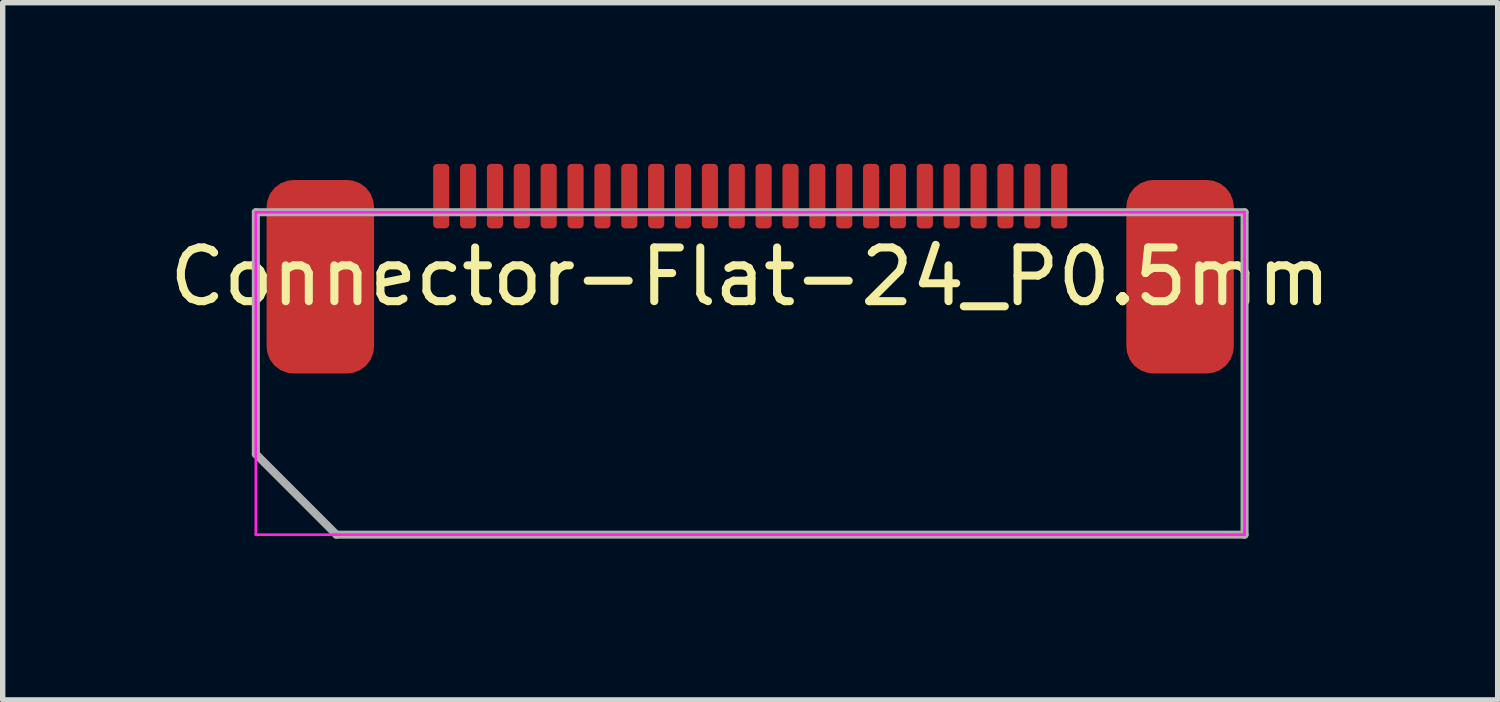
<source format=kicad_pcb>
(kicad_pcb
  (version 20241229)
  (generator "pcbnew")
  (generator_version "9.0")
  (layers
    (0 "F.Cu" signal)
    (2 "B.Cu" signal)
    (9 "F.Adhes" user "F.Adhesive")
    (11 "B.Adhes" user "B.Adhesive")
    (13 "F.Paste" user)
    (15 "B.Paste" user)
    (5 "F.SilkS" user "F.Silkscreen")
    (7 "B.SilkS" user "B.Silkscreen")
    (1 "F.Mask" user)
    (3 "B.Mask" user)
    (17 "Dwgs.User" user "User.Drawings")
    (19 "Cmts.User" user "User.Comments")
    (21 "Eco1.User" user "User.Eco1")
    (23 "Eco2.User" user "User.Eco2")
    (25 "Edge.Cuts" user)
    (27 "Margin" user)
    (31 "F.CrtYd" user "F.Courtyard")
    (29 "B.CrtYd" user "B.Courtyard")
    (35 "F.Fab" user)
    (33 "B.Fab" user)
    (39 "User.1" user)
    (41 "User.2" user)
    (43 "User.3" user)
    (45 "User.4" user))
  (footprint "Connector-Flat-24_P0.5mm"
    (layer "F.Cu")
    (at 10.911 2.1)
    (property "Reference" "Connector-Flat-24_P0.5mm" (at 0 0 0) (layer "F.SilkS") (effects (font (size 1 1) (thickness 0.15))))
    (attr smd)
    (fp_line (start -9.2 -1.2) (end 9.2 -1.2) (stroke (width 0.05) (type solid)) (layer "F.CrtYd"))
    (fp_line (start -9.2 4.8) (end -9.2 -1.2) (stroke (width 0.05) (type solid)) (layer "F.CrtYd"))
    (fp_line (start 9.2 -1.2) (end 9.2 4.8) (stroke (width 0.05) (type solid)) (layer "F.CrtYd"))
    (fp_line (start 9.2 4.8) (end -9.2 4.8) (stroke (width 0.05) (type solid)) (layer "F.CrtYd"))
    (fp_line (start -9.2 -1.2) (end -9.2 3.3) (stroke (width 0.15) (type solid)) (layer "F.Fab"))
    (fp_line (start -7.7 4.8) (end -9.2 3.3) (stroke (width 0.15) (type solid)) (layer "F.Fab"))
    (fp_line (start -7.7 4.8) (end 9.2 4.8) (stroke (width 0.15) (type solid)) (layer "F.Fab"))
    (fp_line (start 9.2 -1.2) (end -9.2 -1.2) (stroke (width 0.15) (type solid)) (layer "F.Fab"))
    (fp_line (start 9.2 4.8) (end 9.2 -1.2) (stroke (width 0.15) (type solid)) (layer "F.Fab"))
    (pad "1" smd roundrect (at -5.75 -1.5) (size 0.3 1.2) (layers "F.Cu" "F.Mask" "F.Paste") (roundrect_rratio 0.25))
    (pad "2" smd roundrect (at -5.25 -1.5) (size 0.3 1.2) (layers "F.Cu" "F.Mask" "F.Paste") (roundrect_rratio 0.25))
    (pad "3" smd roundrect (at -4.75 -1.5) (size 0.3 1.2) (layers "F.Cu" "F.Mask" "F.Paste") (roundrect_rratio 0.25))
    (pad "4" smd roundrect (at -4.25 -1.5) (size 0.3 1.2) (layers "F.Cu" "F.Mask" "F.Paste") (roundrect_rratio 0.25))
    (pad "5" smd roundrect (at -3.75 -1.5) (size 0.3 1.2) (layers "F.Cu" "F.Mask" "F.Paste") (roundrect_rratio 0.25))
    (pad "6" smd roundrect (at -3.25 -1.5) (size 0.3 1.2) (layers "F.Cu" "F.Mask" "F.Paste") (roundrect_rratio 0.25))
    (pad "7" smd roundrect (at -2.75 -1.5) (size 0.3 1.2) (layers "F.Cu" "F.Mask" "F.Paste") (roundrect_rratio 0.25))
    (pad "8" smd roundrect (at -2.25 -1.5) (size 0.3 1.2) (layers "F.Cu" "F.Mask" "F.Paste") (roundrect_rratio 0.25))
    (pad "9" smd roundrect (at -1.75 -1.5) (size 0.3 1.2) (layers "F.Cu" "F.Mask" "F.Paste") (roundrect_rratio 0.25))
    (pad "10" smd roundrect (at -1.25 -1.5) (size 0.3 1.2) (layers "F.Cu" "F.Mask" "F.Paste") (roundrect_rratio 0.25))
    (pad "11" smd roundrect (at -0.75 -1.5) (size 0.3 1.2) (layers "F.Cu" "F.Mask" "F.Paste") (roundrect_rratio 0.25))
    (pad "12" smd roundrect (at -0.25 -1.5) (size 0.3 1.2) (layers "F.Cu" "F.Mask" "F.Paste") (roundrect_rratio 0.25))
    (pad "13" smd roundrect (at 0.25 -1.5) (size 0.3 1.2) (layers "F.Cu" "F.Mask" "F.Paste") (roundrect_rratio 0.25))
    (pad "14" smd roundrect (at 0.75 -1.5) (size 0.3 1.2) (layers "F.Cu" "F.Mask" "F.Paste") (roundrect_rratio 0.25))
    (pad "15" smd roundrect (at 1.25 -1.5) (size 0.3 1.2) (layers "F.Cu" "F.Mask" "F.Paste") (roundrect_rratio 0.25))
    (pad "16" smd roundrect (at 1.75 -1.5) (size 0.3 1.2) (layers "F.Cu" "F.Mask" "F.Paste") (roundrect_rratio 0.25))
    (pad "17" smd roundrect (at 2.25 -1.5) (size 0.3 1.2) (layers "F.Cu" "F.Mask" "F.Paste") (roundrect_rratio 0.25))
    (pad "18" smd roundrect (at 2.75 -1.5) (size 0.3 1.2) (layers "F.Cu" "F.Mask" "F.Paste") (roundrect_rratio 0.25))
    (pad "19" smd roundrect (at 3.25 -1.5) (size 0.3 1.2) (layers "F.Cu" "F.Mask" "F.Paste") (roundrect_rratio 0.25))
    (pad "20" smd roundrect (at 3.75 -1.5) (size 0.3 1.2) (layers "F.Cu" "F.Mask" "F.Paste") (roundrect_rratio 0.25))
    (pad "21" smd roundrect (at 4.25 -1.5) (size 0.3 1.2) (layers "F.Cu" "F.Mask" "F.Paste") (roundrect_rratio 0.25))
    (pad "22" smd roundrect (at 4.75 -1.5) (size 0.3 1.2) (layers "F.Cu" "F.Mask" "F.Paste") (roundrect_rratio 0.25))
    (pad "23" smd roundrect (at 5.25 -1.5) (size 0.3 1.2) (layers "F.Cu" "F.Mask" "F.Paste") (roundrect_rratio 0.25))
    (pad "24" smd roundrect (at 5.75 -1.5) (size 0.3 1.2) (layers "F.Cu" "F.Mask" "F.Paste") (roundrect_rratio 0.25))
    (pad "25" smd roundrect (at -8 0) (size 2 3.6) (layers "F.Cu" "F.Mask" "F.Paste") (roundrect_rratio 0.25))
    (pad "26" smd roundrect (at 8 0) (size 2 3.6) (layers "F.Cu" "F.Mask" "F.Paste") (roundrect_rratio 0.25)))
  (gr_rect
    (start -3 -3)
    (end 24.821 9.975)
    (stroke (width 0.1) (type default))
    (fill no)
    (layer "Edge.Cuts")))
</source>
